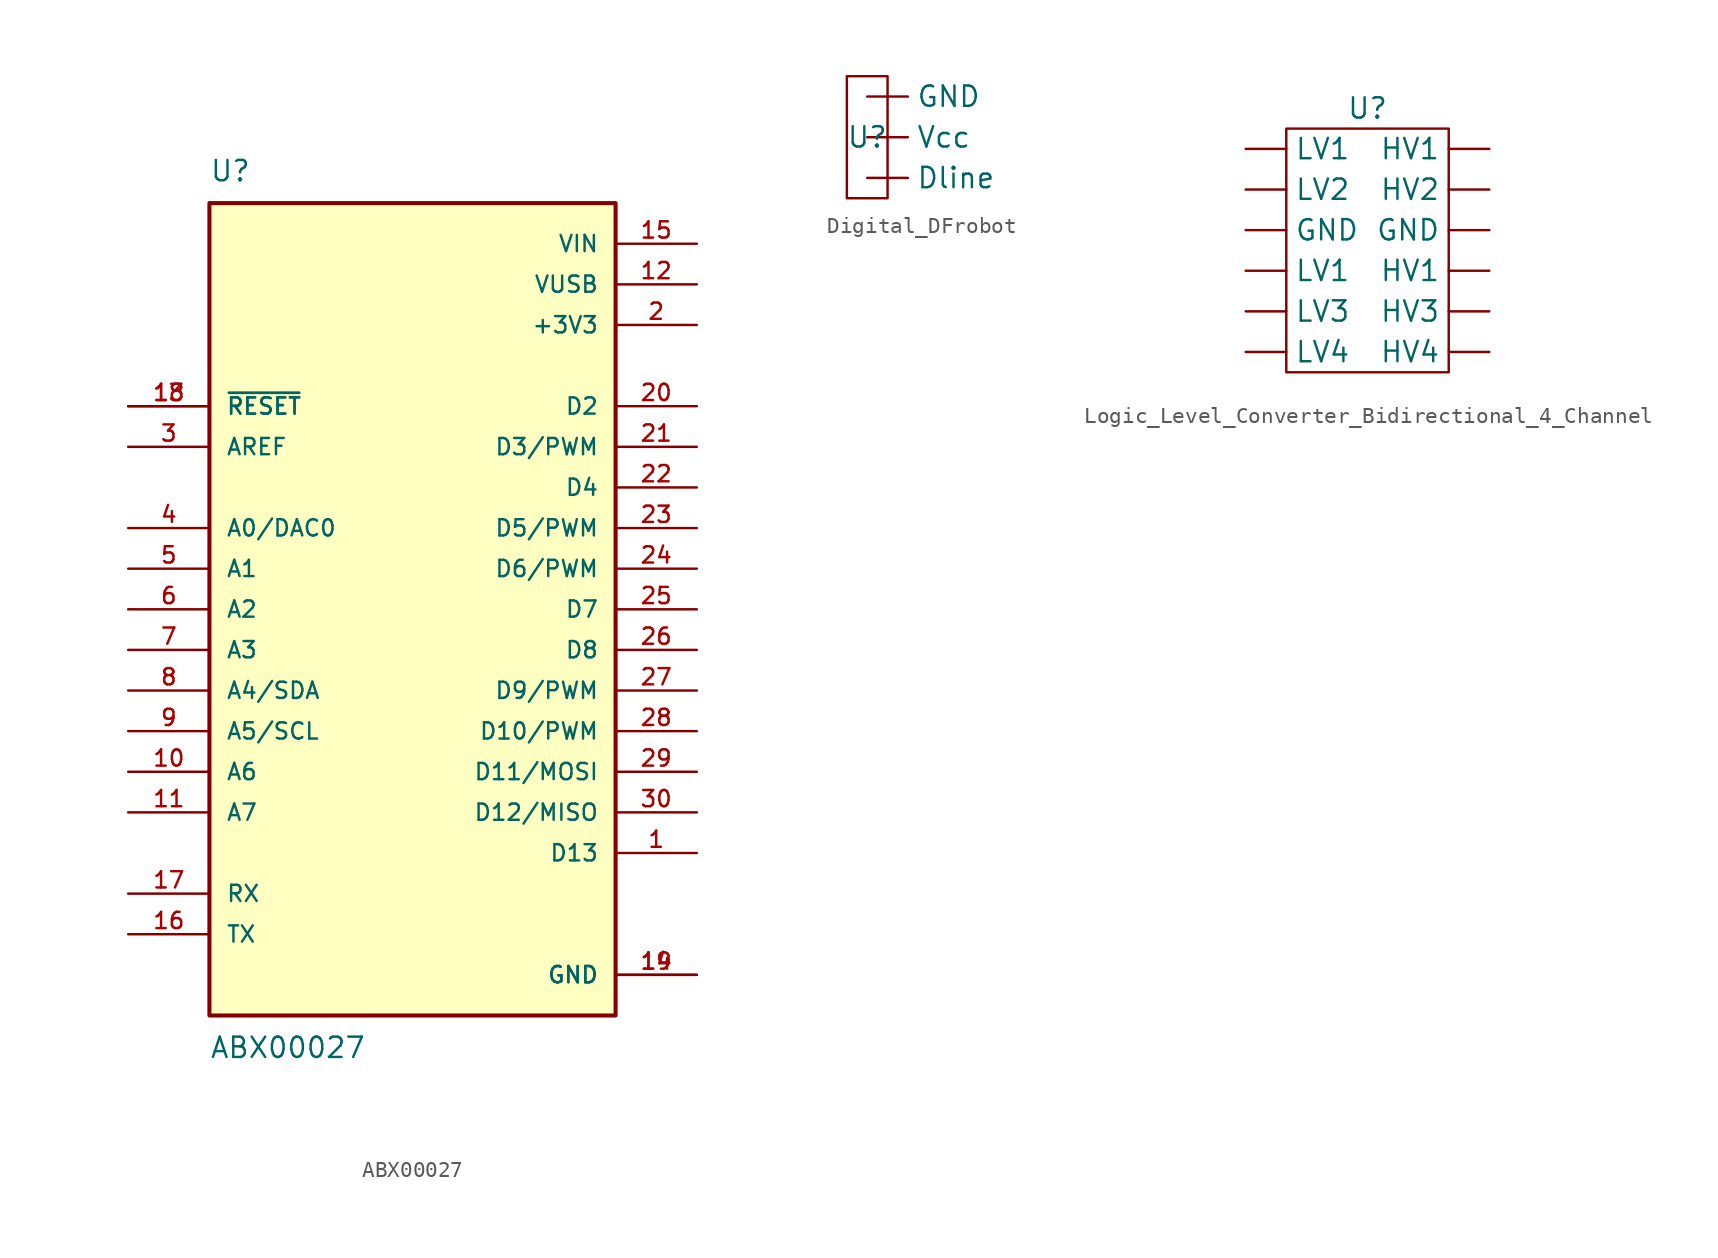
<source format=kicad_sym>
(kicad_symbol_lib
  (version 20220914)
  (generator kicad_symbol_editor)
  (symbol "ABX00027"
    (pin_names
      (offset 1.016))
    (property "Reference" "U"
      (at -12.7 26.67 0)
      (effects (font (size 1.27 1.27)) (justify left bottom)))
    (property "Value" "ABX00027"
      (at -12.7 -26.67 0)
      (effects (font (size 1.27 1.27)) (justify left top)))
    (symbol "ABX00027_0_0"
      (rectangle (start -12.7 -25.4) (end 12.7 25.4) (stroke (width 0.254) (type default)) (fill (type background)))
      (pin bidirectional line (at 17.78 -15.24 180) (length 5.08) (name "D13" (effects (font (size 1.016 1.016)))) (number "1" (effects (font (size 1.016 1.016)))))
      (pin input line (at -17.78 -10.16 0) (length 5.08) (name "A6" (effects (font (size 1.016 1.016)))) (number "10" (effects (font (size 1.016 1.016)))))
      (pin input line (at -17.78 -12.7 0) (length 5.08) (name "A7" (effects (font (size 1.016 1.016)))) (number "11" (effects (font (size 1.016 1.016)))))
      (pin power_in line (at 17.78 20.32 180) (length 5.08) (name "VUSB" (effects (font (size 1.016 1.016)))) (number "12" (effects (font (size 1.016 1.016)))))
      (pin input line (at -17.78 12.7 0) (length 5.08) (name "~{RESET}" (effects (font (size 1.016 1.016)))) (number "13" (effects (font (size 1.016 1.016)))))
      (pin power_in line (at 17.78 -22.86 180) (length 5.08) (name "GND" (effects (font (size 1.016 1.016)))) (number "14" (effects (font (size 1.016 1.016)))))
      (pin power_in line (at 17.78 22.86 180) (length 5.08) (name "VIN" (effects (font (size 1.016 1.016)))) (number "15" (effects (font (size 1.016 1.016)))))
      (pin bidirectional line (at -17.78 -20.32 0) (length 5.08) (name "TX" (effects (font (size 1.016 1.016)))) (number "16" (effects (font (size 1.016 1.016)))))
      (pin bidirectional line (at -17.78 -17.78 0) (length 5.08) (name "RX" (effects (font (size 1.016 1.016)))) (number "17" (effects (font (size 1.016 1.016)))))
      (pin input line (at -17.78 12.7 0) (length 5.08) (name "~{RESET}" (effects (font (size 1.016 1.016)))) (number "18" (effects (font (size 1.016 1.016)))))
      (pin power_in line (at 17.78 -22.86 180) (length 5.08) (name "GND" (effects (font (size 1.016 1.016)))) (number "19" (effects (font (size 1.016 1.016)))))
      (pin power_in line (at 17.78 17.78 180) (length 5.08) (name "+3V3" (effects (font (size 1.016 1.016)))) (number "2" (effects (font (size 1.016 1.016)))))
      (pin bidirectional line (at 17.78 12.7 180) (length 5.08) (name "D2" (effects (font (size 1.016 1.016)))) (number "20" (effects (font (size 1.016 1.016)))))
      (pin bidirectional line (at 17.78 10.16 180) (length 5.08) (name "D3/PWM" (effects (font (size 1.016 1.016)))) (number "21" (effects (font (size 1.016 1.016)))))
      (pin bidirectional line (at 17.78 7.62 180) (length 5.08) (name "D4" (effects (font (size 1.016 1.016)))) (number "22" (effects (font (size 1.016 1.016)))))
      (pin bidirectional line (at 17.78 5.08 180) (length 5.08) (name "D5/PWM" (effects (font (size 1.016 1.016)))) (number "23" (effects (font (size 1.016 1.016)))))
      (pin bidirectional line (at 17.78 2.54 180) (length 5.08) (name "D6/PWM" (effects (font (size 1.016 1.016)))) (number "24" (effects (font (size 1.016 1.016)))))
      (pin bidirectional line (at 17.78 0 180) (length 5.08) (name "D7" (effects (font (size 1.016 1.016)))) (number "25" (effects (font (size 1.016 1.016)))))
      (pin bidirectional line (at 17.78 -2.54 180) (length 5.08) (name "D8" (effects (font (size 1.016 1.016)))) (number "26" (effects (font (size 1.016 1.016)))))
      (pin bidirectional line (at 17.78 -5.08 180) (length 5.08) (name "D9/PWM" (effects (font (size 1.016 1.016)))) (number "27" (effects (font (size 1.016 1.016)))))
      (pin bidirectional line (at 17.78 -7.62 180) (length 5.08) (name "D10/PWM" (effects (font (size 1.016 1.016)))) (number "28" (effects (font (size 1.016 1.016)))))
      (pin bidirectional line (at 17.78 -10.16 180) (length 5.08) (name "D11/MOSI" (effects (font (size 1.016 1.016)))) (number "29" (effects (font (size 1.016 1.016)))))
      (pin input line (at -17.78 10.16 0) (length 5.08) (name "AREF" (effects (font (size 1.016 1.016)))) (number "3" (effects (font (size 1.016 1.016)))))
      (pin bidirectional line (at 17.78 -12.7 180) (length 5.08) (name "D12/MISO" (effects (font (size 1.016 1.016)))) (number "30" (effects (font (size 1.016 1.016)))))
      (pin bidirectional line (at -17.78 5.08 0) (length 5.08) (name "A0/DAC0" (effects (font (size 1.016 1.016)))) (number "4" (effects (font (size 1.016 1.016)))))
      (pin input line (at -17.78 2.54 0) (length 5.08) (name "A1" (effects (font (size 1.016 1.016)))) (number "5" (effects (font (size 1.016 1.016)))))
      (pin input line (at -17.78 0 0) (length 5.08) (name "A2" (effects (font (size 1.016 1.016)))) (number "6" (effects (font (size 1.016 1.016)))))
      (pin input line (at -17.78 -2.54 0) (length 5.08) (name "A3" (effects (font (size 1.016 1.016)))) (number "7" (effects (font (size 1.016 1.016)))))
      (pin input line (at -17.78 -5.08 0) (length 5.08) (name "A4/SDA" (effects (font (size 1.016 1.016)))) (number "8" (effects (font (size 1.016 1.016)))))
      (pin input line (at -17.78 -7.62 0) (length 5.08) (name "A5/SCL" (effects (font (size 1.016 1.016)))) (number "9" (effects (font (size 1.016 1.016)))))))
  (symbol "Digital_DFrobot"
    (property "Reference" "U"
      (at 0 0 0)
      (effects (font (size 1.27 1.27))))
    (property "Value" ""
      (at 0 0 0)
      (effects (font (size 1.27 1.27))))
    (symbol "Digital_DFrobot_0_1"
      (polyline (pts (xy -1.27 3.81) (xy 1.27 3.81) (xy 1.27 -3.81) (xy -1.27 -3.81) (xy -1.27 3.81)) (stroke (width 0) (type default)) (fill (type none))))
    (symbol "Digital_DFrobot_1_1"
      (pin input line (at 0 -2.54 0) (length 2.54) (name "Dline" (effects (font (size 1.27 1.27)))) (number "" (effects (font (size 1.27 1.27)))))
      (pin input line (at 0 2.54 0) (length 2.54) (name "GND" (effects (font (size 1.27 1.27)))) (number "" (effects (font (size 1.27 1.27)))))
      (pin input line (at 0 0 0) (length 2.54) (name "Vcc" (effects (font (size 1.27 1.27)))) (number "" (effects (font (size 1.27 1.27)))))))
  (symbol "Logic_Level_Converter_Bidirectional_4_Channel"
    (property "Reference" "U"
      (at 0 7.62 0)
      (effects (font (size 1.27 1.27))))
    (property "Value" ""
      (at 0 0 0)
      (effects (font (size 1.27 1.27))))
    (symbol "Logic_Level_Converter_Bidirectional_4_Channel_0_1"
      (polyline (pts (xy -5.08 6.35) (xy 5.08 6.35) (xy 5.08 -8.89) (xy -5.08 -8.89) (xy -5.08 6.35) (xy -5.08 6.35)) (stroke (width 0) (type default)) (fill (type none))))
    (symbol "Logic_Level_Converter_Bidirectional_4_Channel_1_1"
      (pin input line (at -7.62 0 0) (length 2.54) (name "GND" (effects (font (size 1.27 1.27)))) (number "" (effects (font (size 1.27 1.27)))))
      (pin input line (at 7.62 0 180) (length 2.54) (name "GND" (effects (font (size 1.27 1.27)))) (number "" (effects (font (size 1.27 1.27)))))
      (pin input line (at 7.62 -2.54 180) (length 2.54) (name "HV1" (effects (font (size 1.27 1.27)))) (number "" (effects (font (size 1.27 1.27)))))
      (pin input line (at 7.62 5.08 180) (length 2.54) (name "HV1" (effects (font (size 1.27 1.27)))) (number "" (effects (font (size 1.27 1.27)))))
      (pin input line (at 7.62 2.54 180) (length 2.54) (name "HV2" (effects (font (size 1.27 1.27)))) (number "" (effects (font (size 1.27 1.27)))))
      (pin input line (at 7.62 -5.08 180) (length 2.54) (name "HV3" (effects (font (size 1.27 1.27)))) (number "" (effects (font (size 1.27 1.27)))))
      (pin input line (at 7.62 -7.62 180) (length 2.54) (name "HV4" (effects (font (size 1.27 1.27)))) (number "" (effects (font (size 1.27 1.27)))))
      (pin input line (at -7.62 -2.54 0) (length 2.54) (name "LV1" (effects (font (size 1.27 1.27)))) (number "" (effects (font (size 1.27 1.27)))))
      (pin input line (at -7.62 5.08 0) (length 2.54) (name "LV1" (effects (font (size 1.27 1.27)))) (number "" (effects (font (size 1.27 1.27)))))
      (pin input line (at -7.62 2.54 0) (length 2.54) (name "LV2" (effects (font (size 1.27 1.27)))) (number "" (effects (font (size 1.27 1.27)))))
      (pin input line (at -7.62 -5.08 0) (length 2.54) (name "LV3" (effects (font (size 1.27 1.27)))) (number "" (effects (font (size 1.27 1.27)))))
      (pin input line (at -7.62 -7.62 0) (length 2.54) (name "LV4" (effects (font (size 1.27 1.27)))) (number "" (effects (font (size 1.27 1.27))))))))
</source>
